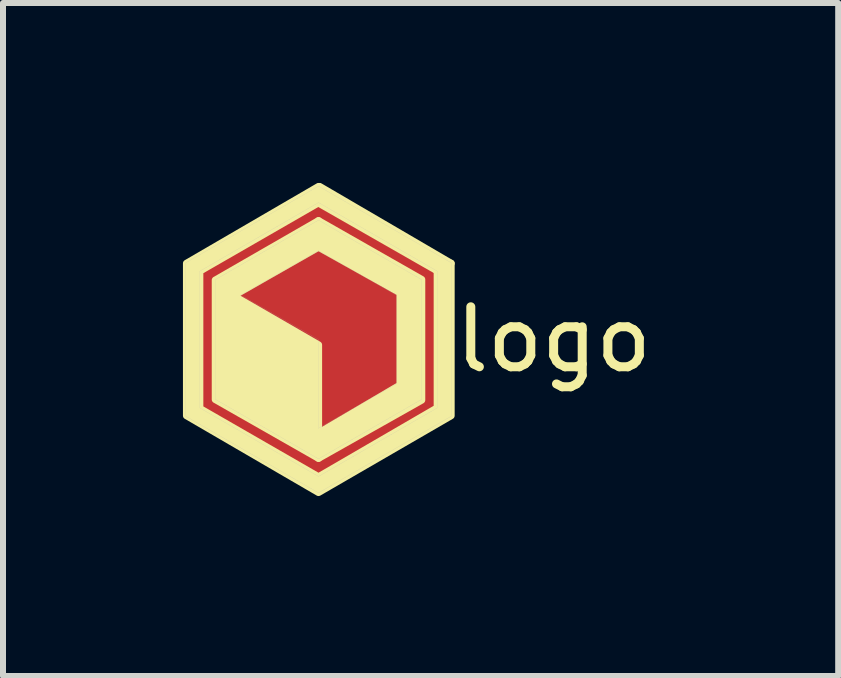
<source format=kicad_pcb>
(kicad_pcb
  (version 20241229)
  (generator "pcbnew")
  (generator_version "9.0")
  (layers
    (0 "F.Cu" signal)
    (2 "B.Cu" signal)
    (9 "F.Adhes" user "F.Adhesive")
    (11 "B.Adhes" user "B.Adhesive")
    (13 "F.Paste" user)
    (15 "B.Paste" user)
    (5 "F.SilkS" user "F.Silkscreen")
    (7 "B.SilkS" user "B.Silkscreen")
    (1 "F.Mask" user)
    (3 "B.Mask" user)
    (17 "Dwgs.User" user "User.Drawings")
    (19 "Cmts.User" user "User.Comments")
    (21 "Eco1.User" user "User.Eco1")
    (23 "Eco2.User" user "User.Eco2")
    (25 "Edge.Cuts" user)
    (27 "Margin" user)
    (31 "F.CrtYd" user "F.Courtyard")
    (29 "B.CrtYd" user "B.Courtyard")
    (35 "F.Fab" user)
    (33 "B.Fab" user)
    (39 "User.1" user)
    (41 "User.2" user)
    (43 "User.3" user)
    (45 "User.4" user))
  (footprint "logo"
    (layer "F.Cu")
    (at 2.26 2.61)
    (property "Reference" "logo" (at 3.92 0 0) (unlocked yes) (layer "F.SilkS") (effects (font (size 1 1) (thickness 0.15))))
    (attr smd)
    (fp_poly (pts (xy 0.023 -1.472) (xy -1.276 -0.732) (xy 0.023 0.008) (xy 0.023 1.488) (xy 1.321 0.748) (xy 1.321 -0.732) (xy 0.023 -1.472)) (stroke (width 0.02) (type solid)) (fill yes) (layer "F.Cu"))
    (fp_poly (pts (xy 1.746 1.004) (xy 0.023 1.999) (xy -1.701 1.004) (xy -1.701 -0.987) (xy 0.023 -1.982) (xy 1.746 -0.987) (xy 1.746 1.004)) (stroke (width 0.026) (type solid)) (fill yes) (layer "F.Cu"))
    (fp_poly (pts (xy 2 1.15) (xy 0.023 2.292) (xy -1.955 1.15) (xy -1.955 -1.133) (xy 0.023 -2.275) (xy 2 -1.133) (xy 2 1.15)) (stroke (width 0.03) (type solid)) (fill yes) (layer "F.Cu"))
    (fp_poly (pts (xy 2.236 1.286) (xy 0.023 2.564) (xy -2.191 1.286) (xy -2.191 -1.27) (xy 0.023 -2.548) (xy 2.236 -1.27) (xy 2.236 1.286)) (stroke (width 0.034) (type solid)) (fill yes) (layer "F.Cu"))
    (fp_poly (pts (xy 1.29 -0.74) (xy 1.3 0.74) (xy 0 1.49) (xy 0 0) (xy -1.3 -0.73) (xy 0 -1.47)) (stroke (width 0.12) (type solid)) (fill yes) (layer "F.Mask"))
    (fp_poly (pts (xy 2.21 -1.27) (xy 1.97 -1.15) (xy 0.01 -2.27) (xy 0.02 -2.55)) (stroke (width 0.12) (type solid)) (fill yes) (layer "F.SilkS"))
    (fp_poly (pts (xy 0 -1.54) (xy -1.42 -0.73) (xy 0 0.09) (xy 0 1.98) (xy -1.72 1) (xy -1.72 -0.99) (xy 0 -1.98)) (stroke (width 0.12) (type solid)) (fill yes) (layer "F.SilkS"))
    (fp_poly (pts (xy 1.72 -1) (xy 1.72 1.01) (xy 0 1.98) (xy 0 1.56) (xy 1.36 0.76) (xy 1.36 -0.78) (xy 0 -1.54) (xy 0 -1.98)) (stroke (width 0.12) (type solid)) (fill yes) (layer "F.SilkS"))
    (fp_poly (pts (xy 0 -2.28) (xy -1.98 -1.14) (xy -1.98 1.15) (xy 0 2.29) (xy 1.98 1.14) (xy 1.98 -1.14) (xy 2.21 -1.27) (xy 2.21 1.27) (xy 0 2.55) (xy -2.2 1.27) (xy -2.2 -1.27) (xy 0 -2.55)) (stroke (width 0.12) (type solid)) (fill yes) (layer "F.SilkS"))
    (fp_line (start -2.214 -1.278) (end 0 -2.556) (stroke (width 0.002) (type solid)) (layer "F.Fab"))
    (fp_line (start -2.214 1.278) (end -2.214 -1.278) (stroke (width 0.002) (type solid)) (layer "F.Fab"))
    (fp_line (start -1.977 -1.141) (end 0 -2.283) (stroke (width 0.002) (type solid)) (layer "F.Fab"))
    (fp_line (start -1.977 1.142) (end -1.977 -1.141) (stroke (width 0.002) (type solid)) (layer "F.Fab"))
    (fp_line (start -1.724 -0.995) (end 0 -1.99) (stroke (width 0.002) (type solid)) (layer "F.Fab"))
    (fp_line (start -1.724 0.995) (end -1.724 -0.995) (stroke (width 0.002) (type solid)) (layer "F.Fab"))
    (fp_line (start -1.298 -0.74) (end 0 0.000166) (stroke (width 0.002) (type solid)) (layer "F.Fab"))
    (fp_line (start 0 -2.556) (end 2.214 -1.278) (stroke (width 0.002) (type solid)) (layer "F.Fab"))
    (fp_line (start 0 -2.283) (end 1.977 -1.141) (stroke (width 0.002) (type solid)) (layer "F.Fab"))
    (fp_line (start 0 -1.99) (end 1.724 -0.995) (stroke (width 0.002) (type solid)) (layer "F.Fab"))
    (fp_line (start 0 -1.48) (end -1.298 -0.74) (stroke (width 0.002) (type solid)) (layer "F.Fab"))
    (fp_line (start 0 -1.48) (end 0 -1.48) (stroke (width 0.002) (type solid)) (layer "F.Fab"))
    (fp_line (start 0 0.000166) (end 0 1.48) (stroke (width 0.002) (type solid)) (layer "F.Fab"))
    (fp_line (start 0 1.48) (end 1.298 0.74) (stroke (width 0.002) (type solid)) (layer "F.Fab"))
    (fp_line (start 0 1.99) (end -1.724 0.995) (stroke (width 0.002) (type solid)) (layer "F.Fab"))
    (fp_line (start 0 2.283) (end -1.977 1.142) (stroke (width 0.002) (type solid)) (layer "F.Fab"))
    (fp_line (start 0 2.556) (end -2.214 1.278) (stroke (width 0.002) (type solid)) (layer "F.Fab"))
    (fp_line (start 1.298 -0.74) (end 0 -1.48) (stroke (width 0.002) (type solid)) (layer "F.Fab"))
    (fp_line (start 1.298 0.74) (end 1.298 -0.74) (stroke (width 0.002) (type solid)) (layer "F.Fab"))
    (fp_line (start 1.724 -0.995) (end 1.724 0.995) (stroke (width 0.002) (type solid)) (layer "F.Fab"))
    (fp_line (start 1.724 0.995) (end 0 1.99) (stroke (width 0.002) (type solid)) (layer "F.Fab"))
    (fp_line (start 1.724 0.995) (end 1.724 0.995) (stroke (width 0.002) (type solid)) (layer "F.Fab"))
    (fp_line (start 1.977 -1.141) (end 1.977 1.142) (stroke (width 0.002) (type solid)) (layer "F.Fab"))
    (fp_line (start 1.977 1.142) (end 0 2.283) (stroke (width 0.002) (type solid)) (layer "F.Fab"))
    (fp_line (start 1.977 1.142) (end 1.977 1.142) (stroke (width 0.002) (type solid)) (layer "F.Fab"))
    (fp_line (start 2.214 -1.278) (end 2.214 1.278) (stroke (width 0.002) (type solid)) (layer "F.Fab"))
    (fp_line (start 2.214 1.278) (end 0 2.556) (stroke (width 0.002) (type solid)) (layer "F.Fab"))
    (fp_line (start 2.214 1.278) (end 2.214 1.278) (stroke (width 0.002) (type solid)) (layer "F.Fab")))
  (gr_rect
    (start -3 -3)
    (end 10.924 8.22)
    (stroke (width 0.1) (type default))
    (fill no)
    (layer "Edge.Cuts")))
</source>
